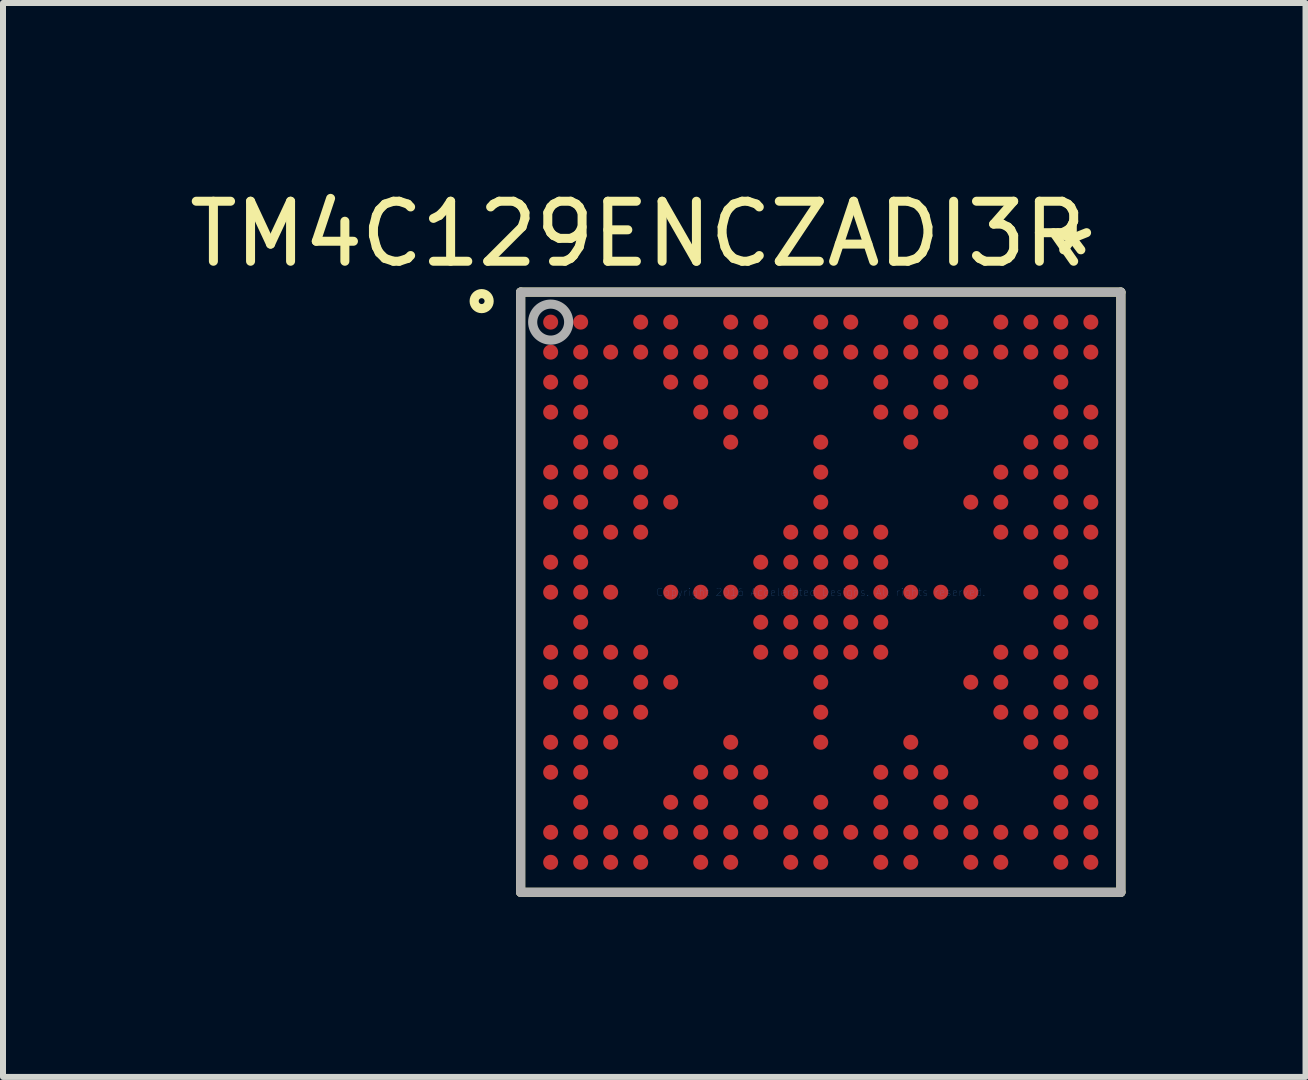
<source format=kicad_pcb>
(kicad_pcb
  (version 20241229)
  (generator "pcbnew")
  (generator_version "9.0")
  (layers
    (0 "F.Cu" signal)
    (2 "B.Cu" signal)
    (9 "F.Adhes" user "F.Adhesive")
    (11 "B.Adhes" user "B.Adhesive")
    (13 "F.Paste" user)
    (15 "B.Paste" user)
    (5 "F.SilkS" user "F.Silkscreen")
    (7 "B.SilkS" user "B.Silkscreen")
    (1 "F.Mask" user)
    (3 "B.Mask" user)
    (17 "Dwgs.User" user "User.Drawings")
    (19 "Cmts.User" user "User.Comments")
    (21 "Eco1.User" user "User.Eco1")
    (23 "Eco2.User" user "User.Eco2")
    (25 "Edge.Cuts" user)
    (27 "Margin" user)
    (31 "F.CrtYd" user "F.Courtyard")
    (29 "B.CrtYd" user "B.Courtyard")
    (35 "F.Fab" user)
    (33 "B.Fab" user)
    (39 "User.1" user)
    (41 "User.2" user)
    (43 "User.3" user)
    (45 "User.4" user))
  (footprint "TM4C129ENCZADI3R"
    (layer "F.Cu")
    (at 10.625 6.817)
    (property "Reference" "TM4C129ENCZADI3R" (at -3.048 -5.969 0) (layer "F.SilkS") (effects (font (size 1 1) (thickness 0.15))))
    (attr through_hole)
    (fp_line (start -5 -5) (end 5 -5) (stroke (width 0.152) (type solid)) (layer "F.SilkS"))
    (fp_line (start -5 5) (end -5 -5) (stroke (width 0.152) (type solid)) (layer "F.SilkS"))
    (fp_line (start -5 5) (end 5 5) (stroke (width 0.152) (type solid)) (layer "F.SilkS"))
    (fp_line (start 5 5) (end 5 -5) (stroke (width 0.152) (type solid)) (layer "F.SilkS"))
    (fp_circle (center -5.65 -4.85) (end -5.525 -4.85) (stroke (width 0.152) (type solid)) (fill no) (layer "F.SilkS"))
    (fp_line (start -5 -5) (end 5 -5) (stroke (width 0.152) (type solid)) (layer "F.Fab"))
    (fp_line (start -5 5) (end -5 -5) (stroke (width 0.152) (type solid)) (layer "F.Fab"))
    (fp_line (start -5 5) (end 5 5) (stroke (width 0.152) (type solid)) (layer "F.Fab"))
    (fp_line (start 5 5) (end 5 -5) (stroke (width 0.152) (type solid)) (layer "F.Fab"))
    (fp_circle (center -4.5 -4.5) (end -4.2 -4.5) (stroke (width 0.152) (type solid)) (fill no) (layer "F.Fab"))
    (fp_text user "*" (at 4.191 -5.588 0) (layer "F.SilkS") (effects (font (size 1 1) (thickness 0.15))))
    (fp_text user "Copyright 2016 Accelerated Designs. All rights reserved." (at 0 0 0) (layer "Cmts.User") (effects (font (size 0.127 0.127) (thickness 0.002))))
    (pad "A1" smd circle (at -4.5 -4.5) (size 0.25 0.25) (layers "F.Cu" "F.Mask" "F.Paste"))
    (pad "A2" smd circle (at -4 -4.5) (size 0.25 0.25) (layers "F.Cu" "F.Mask" "F.Paste"))
    (pad "A4" smd circle (at -3 -4.5) (size 0.25 0.25) (layers "F.Cu" "F.Mask" "F.Paste"))
    (pad "A5" smd circle (at -2.5 -4.5) (size 0.25 0.25) (layers "F.Cu" "F.Mask" "F.Paste"))
    (pad "A7" smd circle (at -1.5 -4.5) (size 0.25 0.25) (layers "F.Cu" "F.Mask" "F.Paste"))
    (pad "A8" smd circle (at -1 -4.5) (size 0.25 0.25) (layers "F.Cu" "F.Mask" "F.Paste"))
    (pad "A10" smd circle (at 0 -4.5) (size 0.25 0.25) (layers "F.Cu" "F.Mask" "F.Paste"))
    (pad "A11" smd circle (at 0.5 -4.5) (size 0.25 0.25) (layers "F.Cu" "F.Mask" "F.Paste"))
    (pad "A13" smd circle (at 1.5 -4.5) (size 0.25 0.25) (layers "F.Cu" "F.Mask" "F.Paste"))
    (pad "A14" smd circle (at 2 -4.5) (size 0.25 0.25) (layers "F.Cu" "F.Mask" "F.Paste"))
    (pad "A16" smd circle (at 3 -4.5) (size 0.25 0.25) (layers "F.Cu" "F.Mask" "F.Paste"))
    (pad "A17" smd circle (at 3.5 -4.5) (size 0.25 0.25) (layers "F.Cu" "F.Mask" "F.Paste"))
    (pad "A18" smd circle (at 4 -4.5) (size 0.25 0.25) (layers "F.Cu" "F.Mask" "F.Paste"))
    (pad "A19" smd circle (at 4.5 -4.5) (size 0.25 0.25) (layers "F.Cu" "F.Mask" "F.Paste"))
    (pad "B1" smd circle (at -4.5 -4) (size 0.25 0.25) (layers "F.Cu" "F.Mask" "F.Paste"))
    (pad "B2" smd circle (at -4 -4) (size 0.25 0.25) (layers "F.Cu" "F.Mask" "F.Paste"))
    (pad "B3" smd circle (at -3.5 -4) (size 0.25 0.25) (layers "F.Cu" "F.Mask" "F.Paste"))
    (pad "B4" smd circle (at -3 -4) (size 0.25 0.25) (layers "F.Cu" "F.Mask" "F.Paste"))
    (pad "B5" smd circle (at -2.5 -4) (size 0.25 0.25) (layers "F.Cu" "F.Mask" "F.Paste"))
    (pad "B6" smd circle (at -2 -4) (size 0.25 0.25) (layers "F.Cu" "F.Mask" "F.Paste"))
    (pad "B7" smd circle (at -1.5 -4) (size 0.25 0.25) (layers "F.Cu" "F.Mask" "F.Paste"))
    (pad "B8" smd circle (at -1 -4) (size 0.25 0.25) (layers "F.Cu" "F.Mask" "F.Paste"))
    (pad "B9" smd circle (at -0.5 -4) (size 0.25 0.25) (layers "F.Cu" "F.Mask" "F.Paste"))
    (pad "B10" smd circle (at 0 -4) (size 0.25 0.25) (layers "F.Cu" "F.Mask" "F.Paste"))
    (pad "B11" smd circle (at 0.5 -4) (size 0.25 0.25) (layers "F.Cu" "F.Mask" "F.Paste"))
    (pad "B12" smd circle (at 1 -4) (size 0.25 0.25) (layers "F.Cu" "F.Mask" "F.Paste"))
    (pad "B13" smd circle (at 1.5 -4) (size 0.25 0.25) (layers "F.Cu" "F.Mask" "F.Paste"))
    (pad "B14" smd circle (at 2 -4) (size 0.25 0.25) (layers "F.Cu" "F.Mask" "F.Paste"))
    (pad "B15" smd circle (at 2.5 -4) (size 0.25 0.25) (layers "F.Cu" "F.Mask" "F.Paste"))
    (pad "B16" smd circle (at 3 -4) (size 0.25 0.25) (layers "F.Cu" "F.Mask" "F.Paste"))
    (pad "B17" smd circle (at 3.5 -4) (size 0.25 0.25) (layers "F.Cu" "F.Mask" "F.Paste"))
    (pad "B18" smd circle (at 4 -4) (size 0.25 0.25) (layers "F.Cu" "F.Mask" "F.Paste"))
    (pad "B19" smd circle (at 4.5 -4) (size 0.25 0.25) (layers "F.Cu" "F.Mask" "F.Paste"))
    (pad "C1" smd circle (at -4.5 -3.5) (size 0.25 0.25) (layers "F.Cu" "F.Mask" "F.Paste"))
    (pad "C2" smd circle (at -4 -3.5) (size 0.25 0.25) (layers "F.Cu" "F.Mask" "F.Paste"))
    (pad "C5" smd circle (at -2.5 -3.5) (size 0.25 0.25) (layers "F.Cu" "F.Mask" "F.Paste"))
    (pad "C6" smd circle (at -2 -3.5) (size 0.25 0.25) (layers "F.Cu" "F.Mask" "F.Paste"))
    (pad "C8" smd circle (at -1 -3.5) (size 0.25 0.25) (layers "F.Cu" "F.Mask" "F.Paste"))
    (pad "C10" smd circle (at 0 -3.5) (size 0.25 0.25) (layers "F.Cu" "F.Mask" "F.Paste"))
    (pad "C12" smd circle (at 1 -3.5) (size 0.25 0.25) (layers "F.Cu" "F.Mask" "F.Paste"))
    (pad "C14" smd circle (at 2 -3.5) (size 0.25 0.25) (layers "F.Cu" "F.Mask" "F.Paste"))
    (pad "C15" smd circle (at 2.5 -3.5) (size 0.25 0.25) (layers "F.Cu" "F.Mask" "F.Paste"))
    (pad "C18" smd circle (at 4 -3.5) (size 0.25 0.25) (layers "F.Cu" "F.Mask" "F.Paste"))
    (pad "D1" smd circle (at -4.5 -3) (size 0.25 0.25) (layers "F.Cu" "F.Mask" "F.Paste"))
    (pad "D2" smd circle (at -4 -3) (size 0.25 0.25) (layers "F.Cu" "F.Mask" "F.Paste"))
    (pad "D6" smd circle (at -2 -3) (size 0.25 0.25) (layers "F.Cu" "F.Mask" "F.Paste"))
    (pad "D7" smd circle (at -1.5 -3) (size 0.25 0.25) (layers "F.Cu" "F.Mask" "F.Paste"))
    (pad "D8" smd circle (at -1 -3) (size 0.25 0.25) (layers "F.Cu" "F.Mask" "F.Paste"))
    (pad "D12" smd circle (at 1 -3) (size 0.25 0.25) (layers "F.Cu" "F.Mask" "F.Paste"))
    (pad "D13" smd circle (at 1.5 -3) (size 0.25 0.25) (layers "F.Cu" "F.Mask" "F.Paste"))
    (pad "D14" smd circle (at 2 -3) (size 0.25 0.25) (layers "F.Cu" "F.Mask" "F.Paste"))
    (pad "D18" smd circle (at 4 -3) (size 0.25 0.25) (layers "F.Cu" "F.Mask" "F.Paste"))
    (pad "D19" smd circle (at 4.5 -3) (size 0.25 0.25) (layers "F.Cu" "F.Mask" "F.Paste"))
    (pad "E2" smd circle (at -4 -2.5) (size 0.25 0.25) (layers "F.Cu" "F.Mask" "F.Paste"))
    (pad "E3" smd circle (at -3.5 -2.5) (size 0.25 0.25) (layers "F.Cu" "F.Mask" "F.Paste"))
    (pad "E7" smd circle (at -1.5 -2.5) (size 0.25 0.25) (layers "F.Cu" "F.Mask" "F.Paste"))
    (pad "E10" smd circle (at 0 -2.5) (size 0.25 0.25) (layers "F.Cu" "F.Mask" "F.Paste"))
    (pad "E13" smd circle (at 1.5 -2.5) (size 0.25 0.25) (layers "F.Cu" "F.Mask" "F.Paste"))
    (pad "E17" smd circle (at 3.5 -2.5) (size 0.25 0.25) (layers "F.Cu" "F.Mask" "F.Paste"))
    (pad "E18" smd circle (at 4 -2.5) (size 0.25 0.25) (layers "F.Cu" "F.Mask" "F.Paste"))
    (pad "E19" smd circle (at 4.5 -2.5) (size 0.25 0.25) (layers "F.Cu" "F.Mask" "F.Paste"))
    (pad "F1" smd circle (at -4.5 -2) (size 0.25 0.25) (layers "F.Cu" "F.Mask" "F.Paste"))
    (pad "F2" smd circle (at -4 -2) (size 0.25 0.25) (layers "F.Cu" "F.Mask" "F.Paste"))
    (pad "F3" smd circle (at -3.5 -2) (size 0.25 0.25) (layers "F.Cu" "F.Mask" "F.Paste"))
    (pad "F4" smd circle (at -3 -2) (size 0.25 0.25) (layers "F.Cu" "F.Mask" "F.Paste"))
    (pad "F10" smd circle (at 0 -2) (size 0.25 0.25) (layers "F.Cu" "F.Mask" "F.Paste"))
    (pad "F16" smd circle (at 3 -2) (size 0.25 0.25) (layers "F.Cu" "F.Mask" "F.Paste"))
    (pad "F17" smd circle (at 3.5 -2) (size 0.25 0.25) (layers "F.Cu" "F.Mask" "F.Paste"))
    (pad "F18" smd circle (at 4 -2) (size 0.25 0.25) (layers "F.Cu" "F.Mask" "F.Paste"))
    (pad "G1" smd circle (at -4.5 -1.5) (size 0.25 0.25) (layers "F.Cu" "F.Mask" "F.Paste"))
    (pad "G2" smd circle (at -4 -1.5) (size 0.25 0.25) (layers "F.Cu" "F.Mask" "F.Paste"))
    (pad "G4" smd circle (at -3 -1.5) (size 0.25 0.25) (layers "F.Cu" "F.Mask" "F.Paste"))
    (pad "G5" smd circle (at -2.5 -1.5) (size 0.25 0.25) (layers "F.Cu" "F.Mask" "F.Paste"))
    (pad "G10" smd circle (at 0 -1.5) (size 0.25 0.25) (layers "F.Cu" "F.Mask" "F.Paste"))
    (pad "G15" smd circle (at 2.5 -1.5) (size 0.25 0.25) (layers "F.Cu" "F.Mask" "F.Paste"))
    (pad "G16" smd circle (at 3 -1.5) (size 0.25 0.25) (layers "F.Cu" "F.Mask" "F.Paste"))
    (pad "G18" smd circle (at 4 -1.5) (size 0.25 0.25) (layers "F.Cu" "F.Mask" "F.Paste"))
    (pad "G19" smd circle (at 4.5 -1.5) (size 0.25 0.25) (layers "F.Cu" "F.Mask" "F.Paste"))
    (pad "H2" smd circle (at -4 -1) (size 0.25 0.25) (layers "F.Cu" "F.Mask" "F.Paste"))
    (pad "H3" smd circle (at -3.5 -1) (size 0.25 0.25) (layers "F.Cu" "F.Mask" "F.Paste"))
    (pad "H4" smd circle (at -3 -1) (size 0.25 0.25) (layers "F.Cu" "F.Mask" "F.Paste"))
    (pad "H9" smd circle (at -0.5 -1) (size 0.25 0.25) (layers "F.Cu" "F.Mask" "F.Paste"))
    (pad "H10" smd circle (at 0 -1) (size 0.25 0.25) (layers "F.Cu" "F.Mask" "F.Paste"))
    (pad "H11" smd circle (at 0.5 -1) (size 0.25 0.25) (layers "F.Cu" "F.Mask" "F.Paste"))
    (pad "H12" smd circle (at 1 -1) (size 0.25 0.25) (layers "F.Cu" "F.Mask" "F.Paste"))
    (pad "H16" smd circle (at 3 -1) (size 0.25 0.25) (layers "F.Cu" "F.Mask" "F.Paste"))
    (pad "H17" smd circle (at 3.5 -1) (size 0.25 0.25) (layers "F.Cu" "F.Mask" "F.Paste"))
    (pad "H18" smd circle (at 4 -1) (size 0.25 0.25) (layers "F.Cu" "F.Mask" "F.Paste"))
    (pad "H19" smd circle (at 4.5 -1) (size 0.25 0.25) (layers "F.Cu" "F.Mask" "F.Paste"))
    (pad "J1" smd circle (at -4.5 -0.5) (size 0.25 0.25) (layers "F.Cu" "F.Mask" "F.Paste"))
    (pad "J2" smd circle (at -4 -0.5) (size 0.25 0.25) (layers "F.Cu" "F.Mask" "F.Paste"))
    (pad "J8" smd circle (at -1 -0.5) (size 0.25 0.25) (layers "F.Cu" "F.Mask" "F.Paste"))
    (pad "J9" smd circle (at -0.5 -0.5) (size 0.25 0.25) (layers "F.Cu" "F.Mask" "F.Paste"))
    (pad "J10" smd circle (at 0 -0.5) (size 0.25 0.25) (layers "F.Cu" "F.Mask" "F.Paste"))
    (pad "J11" smd circle (at 0.5 -0.5) (size 0.25 0.25) (layers "F.Cu" "F.Mask" "F.Paste"))
    (pad "J12" smd circle (at 1 -0.5) (size 0.25 0.25) (layers "F.Cu" "F.Mask" "F.Paste"))
    (pad "J18" smd circle (at 4 -0.5) (size 0.25 0.25) (layers "F.Cu" "F.Mask" "F.Paste"))
    (pad "K1" smd circle (at -4.5 0) (size 0.25 0.25) (layers "F.Cu" "F.Mask" "F.Paste"))
    (pad "K2" smd circle (at -4 0) (size 0.25 0.25) (layers "F.Cu" "F.Mask" "F.Paste"))
    (pad "K3" smd circle (at -3.5 0) (size 0.25 0.25) (layers "F.Cu" "F.Mask" "F.Paste"))
    (pad "K5" smd circle (at -2.5 0) (size 0.25 0.25) (layers "F.Cu" "F.Mask" "F.Paste"))
    (pad "K6" smd circle (at -2 0) (size 0.25 0.25) (layers "F.Cu" "F.Mask" "F.Paste"))
    (pad "K7" smd circle (at -1.5 0) (size 0.25 0.25) (layers "F.Cu" "F.Mask" "F.Paste"))
    (pad "K8" smd circle (at -1 0) (size 0.25 0.25) (layers "F.Cu" "F.Mask" "F.Paste"))
    (pad "K9" smd circle (at -0.5 0) (size 0.25 0.25) (layers "F.Cu" "F.Mask" "F.Paste"))
    (pad "K10" smd circle (at 0 0) (size 0.25 0.25) (layers "F.Cu" "F.Mask" "F.Paste"))
    (pad "K11" smd circle (at 0.5 0) (size 0.25 0.25) (layers "F.Cu" "F.Mask" "F.Paste"))
    (pad "K12" smd circle (at 1 0) (size 0.25 0.25) (layers "F.Cu" "F.Mask" "F.Paste"))
    (pad "K13" smd circle (at 1.5 0) (size 0.25 0.25) (layers "F.Cu" "F.Mask" "F.Paste"))
    (pad "K14" smd circle (at 2 0) (size 0.25 0.25) (layers "F.Cu" "F.Mask" "F.Paste"))
    (pad "K15" smd circle (at 2.5 0) (size 0.25 0.25) (layers "F.Cu" "F.Mask" "F.Paste"))
    (pad "K17" smd circle (at 3.5 0) (size 0.25 0.25) (layers "F.Cu" "F.Mask" "F.Paste"))
    (pad "K18" smd circle (at 4 0) (size 0.25 0.25) (layers "F.Cu" "F.Mask" "F.Paste"))
    (pad "K19" smd circle (at 4.5 0) (size 0.25 0.25) (layers "F.Cu" "F.Mask" "F.Paste"))
    (pad "L2" smd circle (at -4 0.5) (size 0.25 0.25) (layers "F.Cu" "F.Mask" "F.Paste"))
    (pad "L8" smd circle (at -1 0.5) (size 0.25 0.25) (layers "F.Cu" "F.Mask" "F.Paste"))
    (pad "L9" smd circle (at -0.5 0.5) (size 0.25 0.25) (layers "F.Cu" "F.Mask" "F.Paste"))
    (pad "L10" smd circle (at 0 0.5) (size 0.25 0.25) (layers "F.Cu" "F.Mask" "F.Paste"))
    (pad "L11" smd circle (at 0.5 0.5) (size 0.25 0.25) (layers "F.Cu" "F.Mask" "F.Paste"))
    (pad "L12" smd circle (at 1 0.5) (size 0.25 0.25) (layers "F.Cu" "F.Mask" "F.Paste"))
    (pad "L18" smd circle (at 4 0.5) (size 0.25 0.25) (layers "F.Cu" "F.Mask" "F.Paste"))
    (pad "L19" smd circle (at 4.5 0.5) (size 0.25 0.25) (layers "F.Cu" "F.Mask" "F.Paste"))
    (pad "M1" smd circle (at -4.5 1) (size 0.25 0.25) (layers "F.Cu" "F.Mask" "F.Paste"))
    (pad "M2" smd circle (at -4 1) (size 0.25 0.25) (layers "F.Cu" "F.Mask" "F.Paste"))
    (pad "M3" smd circle (at -3.5 1) (size 0.25 0.25) (layers "F.Cu" "F.Mask" "F.Paste"))
    (pad "M4" smd circle (at -3 1) (size 0.25 0.25) (layers "F.Cu" "F.Mask" "F.Paste"))
    (pad "M8" smd circle (at -1 1) (size 0.25 0.25) (layers "F.Cu" "F.Mask" "F.Paste"))
    (pad "M9" smd circle (at -0.5 1) (size 0.25 0.25) (layers "F.Cu" "F.Mask" "F.Paste"))
    (pad "M10" smd circle (at 0 1) (size 0.25 0.25) (layers "F.Cu" "F.Mask" "F.Paste"))
    (pad "M11" smd circle (at 0.5 1) (size 0.25 0.25) (layers "F.Cu" "F.Mask" "F.Paste"))
    (pad "M12" smd circle (at 1 1) (size 0.25 0.25) (layers "F.Cu" "F.Mask" "F.Paste"))
    (pad "M16" smd circle (at 3 1) (size 0.25 0.25) (layers "F.Cu" "F.Mask" "F.Paste"))
    (pad "M17" smd circle (at 3.5 1) (size 0.25 0.25) (layers "F.Cu" "F.Mask" "F.Paste"))
    (pad "M18" smd circle (at 4 1) (size 0.25 0.25) (layers "F.Cu" "F.Mask" "F.Paste"))
    (pad "N1" smd circle (at -4.5 1.5) (size 0.25 0.25) (layers "F.Cu" "F.Mask" "F.Paste"))
    (pad "N2" smd circle (at -4 1.5) (size 0.25 0.25) (layers "F.Cu" "F.Mask" "F.Paste"))
    (pad "N4" smd circle (at -3 1.5) (size 0.25 0.25) (layers "F.Cu" "F.Mask" "F.Paste"))
    (pad "N5" smd circle (at -2.5 1.5) (size 0.25 0.25) (layers "F.Cu" "F.Mask" "F.Paste"))
    (pad "N10" smd circle (at 0 1.5) (size 0.25 0.25) (layers "F.Cu" "F.Mask" "F.Paste"))
    (pad "N15" smd circle (at 2.5 1.5) (size 0.25 0.25) (layers "F.Cu" "F.Mask" "F.Paste"))
    (pad "N16" smd circle (at 3 1.5) (size 0.25 0.25) (layers "F.Cu" "F.Mask" "F.Paste"))
    (pad "N18" smd circle (at 4 1.5) (size 0.25 0.25) (layers "F.Cu" "F.Mask" "F.Paste"))
    (pad "N19" smd circle (at 4.5 1.5) (size 0.25 0.25) (layers "F.Cu" "F.Mask" "F.Paste"))
    (pad "P2" smd circle (at -4 2) (size 0.25 0.25) (layers "F.Cu" "F.Mask" "F.Paste"))
    (pad "P3" smd circle (at -3.5 2) (size 0.25 0.25) (layers "F.Cu" "F.Mask" "F.Paste"))
    (pad "P4" smd circle (at -3 2) (size 0.25 0.25) (layers "F.Cu" "F.Mask" "F.Paste"))
    (pad "P10" smd circle (at 0 2) (size 0.25 0.25) (layers "F.Cu" "F.Mask" "F.Paste"))
    (pad "P16" smd circle (at 3 2) (size 0.25 0.25) (layers "F.Cu" "F.Mask" "F.Paste"))
    (pad "P17" smd circle (at 3.5 2) (size 0.25 0.25) (layers "F.Cu" "F.Mask" "F.Paste"))
    (pad "P18" smd circle (at 4 2) (size 0.25 0.25) (layers "F.Cu" "F.Mask" "F.Paste"))
    (pad "P19" smd circle (at 4.5 2) (size 0.25 0.25) (layers "F.Cu" "F.Mask" "F.Paste"))
    (pad "R1" smd circle (at -4.5 2.5) (size 0.25 0.25) (layers "F.Cu" "F.Mask" "F.Paste"))
    (pad "R2" smd circle (at -4 2.5) (size 0.25 0.25) (layers "F.Cu" "F.Mask" "F.Paste"))
    (pad "R3" smd circle (at -3.5 2.5) (size 0.25 0.25) (layers "F.Cu" "F.Mask" "F.Paste"))
    (pad "R7" smd circle (at -1.5 2.5) (size 0.25 0.25) (layers "F.Cu" "F.Mask" "F.Paste"))
    (pad "R10" smd circle (at 0 2.5) (size 0.25 0.25) (layers "F.Cu" "F.Mask" "F.Paste"))
    (pad "R13" smd circle (at 1.5 2.5) (size 0.25 0.25) (layers "F.Cu" "F.Mask" "F.Paste"))
    (pad "R17" smd circle (at 3.5 2.5) (size 0.25 0.25) (layers "F.Cu" "F.Mask" "F.Paste"))
    (pad "R18" smd circle (at 4 2.5) (size 0.25 0.25) (layers "F.Cu" "F.Mask" "F.Paste"))
    (pad "T1" smd circle (at -4.5 3) (size 0.25 0.25) (layers "F.Cu" "F.Mask" "F.Paste"))
    (pad "T2" smd circle (at -4 3) (size 0.25 0.25) (layers "F.Cu" "F.Mask" "F.Paste"))
    (pad "T6" smd circle (at -2 3) (size 0.25 0.25) (layers "F.Cu" "F.Mask" "F.Paste"))
    (pad "T7" smd circle (at -1.5 3) (size 0.25 0.25) (layers "F.Cu" "F.Mask" "F.Paste"))
    (pad "T8" smd circle (at -1 3) (size 0.25 0.25) (layers "F.Cu" "F.Mask" "F.Paste"))
    (pad "T12" smd circle (at 1 3) (size 0.25 0.25) (layers "F.Cu" "F.Mask" "F.Paste"))
    (pad "T13" smd circle (at 1.5 3) (size 0.25 0.25) (layers "F.Cu" "F.Mask" "F.Paste"))
    (pad "T14" smd circle (at 2 3) (size 0.25 0.25) (layers "F.Cu" "F.Mask" "F.Paste"))
    (pad "T18" smd circle (at 4 3) (size 0.25 0.25) (layers "F.Cu" "F.Mask" "F.Paste"))
    (pad "T19" smd circle (at 4.5 3) (size 0.25 0.25) (layers "F.Cu" "F.Mask" "F.Paste"))
    (pad "U2" smd circle (at -4 3.5) (size 0.25 0.25) (layers "F.Cu" "F.Mask" "F.Paste"))
    (pad "U5" smd circle (at -2.5 3.5) (size 0.25 0.25) (layers "F.Cu" "F.Mask" "F.Paste"))
    (pad "U6" smd circle (at -2 3.5) (size 0.25 0.25) (layers "F.Cu" "F.Mask" "F.Paste"))
    (pad "U8" smd circle (at -1 3.5) (size 0.25 0.25) (layers "F.Cu" "F.Mask" "F.Paste"))
    (pad "U10" smd circle (at 0 3.5) (size 0.25 0.25) (layers "F.Cu" "F.Mask" "F.Paste"))
    (pad "U12" smd circle (at 1 3.5) (size 0.25 0.25) (layers "F.Cu" "F.Mask" "F.Paste"))
    (pad "U14" smd circle (at 2 3.5) (size 0.25 0.25) (layers "F.Cu" "F.Mask" "F.Paste"))
    (pad "U15" smd circle (at 2.5 3.5) (size 0.25 0.25) (layers "F.Cu" "F.Mask" "F.Paste"))
    (pad "U18" smd circle (at 4 3.5) (size 0.25 0.25) (layers "F.Cu" "F.Mask" "F.Paste"))
    (pad "U19" smd circle (at 4.5 3.5) (size 0.25 0.25) (layers "F.Cu" "F.Mask" "F.Paste"))
    (pad "V1" smd circle (at -4.5 4) (size 0.25 0.25) (layers "F.Cu" "F.Mask" "F.Paste"))
    (pad "V2" smd circle (at -4 4) (size 0.25 0.25) (layers "F.Cu" "F.Mask" "F.Paste"))
    (pad "V3" smd circle (at -3.5 4) (size 0.25 0.25) (layers "F.Cu" "F.Mask" "F.Paste"))
    (pad "V4" smd circle (at -3 4) (size 0.25 0.25) (layers "F.Cu" "F.Mask" "F.Paste"))
    (pad "V5" smd circle (at -2.5 4) (size 0.25 0.25) (layers "F.Cu" "F.Mask" "F.Paste"))
    (pad "V6" smd circle (at -2 4) (size 0.25 0.25) (layers "F.Cu" "F.Mask" "F.Paste"))
    (pad "V7" smd circle (at -1.5 4) (size 0.25 0.25) (layers "F.Cu" "F.Mask" "F.Paste"))
    (pad "V8" smd circle (at -1 4) (size 0.25 0.25) (layers "F.Cu" "F.Mask" "F.Paste"))
    (pad "V9" smd circle (at -0.5 4) (size 0.25 0.25) (layers "F.Cu" "F.Mask" "F.Paste"))
    (pad "V10" smd circle (at 0 4) (size 0.25 0.25) (layers "F.Cu" "F.Mask" "F.Paste"))
    (pad "V11" smd circle (at 0.5 4) (size 0.25 0.25) (layers "F.Cu" "F.Mask" "F.Paste"))
    (pad "V12" smd circle (at 1 4) (size 0.25 0.25) (layers "F.Cu" "F.Mask" "F.Paste"))
    (pad "V13" smd circle (at 1.5 4) (size 0.25 0.25) (layers "F.Cu" "F.Mask" "F.Paste"))
    (pad "V14" smd circle (at 2 4) (size 0.25 0.25) (layers "F.Cu" "F.Mask" "F.Paste"))
    (pad "V15" smd circle (at 2.5 4) (size 0.25 0.25) (layers "F.Cu" "F.Mask" "F.Paste"))
    (pad "V16" smd circle (at 3 4) (size 0.25 0.25) (layers "F.Cu" "F.Mask" "F.Paste"))
    (pad "V17" smd circle (at 3.5 4) (size 0.25 0.25) (layers "F.Cu" "F.Mask" "F.Paste"))
    (pad "V18" smd circle (at 4 4) (size 0.25 0.25) (layers "F.Cu" "F.Mask" "F.Paste"))
    (pad "V19" smd circle (at 4.5 4) (size 0.25 0.25) (layers "F.Cu" "F.Mask" "F.Paste"))
    (pad "W1" smd circle (at -4.5 4.5) (size 0.25 0.25) (layers "F.Cu" "F.Mask" "F.Paste"))
    (pad "W2" smd circle (at -4 4.5) (size 0.25 0.25) (layers "F.Cu" "F.Mask" "F.Paste"))
    (pad "W3" smd circle (at -3.5 4.5) (size 0.25 0.25) (layers "F.Cu" "F.Mask" "F.Paste"))
    (pad "W4" smd circle (at -3 4.5) (size 0.25 0.25) (layers "F.Cu" "F.Mask" "F.Paste"))
    (pad "W6" smd circle (at -2 4.5) (size 0.25 0.25) (layers "F.Cu" "F.Mask" "F.Paste"))
    (pad "W7" smd circle (at -1.5 4.5) (size 0.25 0.25) (layers "F.Cu" "F.Mask" "F.Paste"))
    (pad "W9" smd circle (at -0.5 4.5) (size 0.25 0.25) (layers "F.Cu" "F.Mask" "F.Paste"))
    (pad "W10" smd circle (at 0 4.5) (size 0.25 0.25) (layers "F.Cu" "F.Mask" "F.Paste"))
    (pad "W12" smd circle (at 1 4.5) (size 0.25 0.25) (layers "F.Cu" "F.Mask" "F.Paste"))
    (pad "W13" smd circle (at 1.5 4.5) (size 0.25 0.25) (layers "F.Cu" "F.Mask" "F.Paste"))
    (pad "W15" smd circle (at 2.5 4.5) (size 0.25 0.25) (layers "F.Cu" "F.Mask" "F.Paste"))
    (pad "W16" smd circle (at 3 4.5) (size 0.25 0.25) (layers "F.Cu" "F.Mask" "F.Paste"))
    (pad "W18" smd circle (at 4 4.5) (size 0.25 0.25) (layers "F.Cu" "F.Mask" "F.Paste"))
    (pad "W19" smd circle (at 4.5 4.5) (size 0.25 0.25) (layers "F.Cu" "F.Mask" "F.Paste")))
  (gr_rect
    (start -3 -3)
    (end 18.702 14.893)
    (stroke (width 0.1) (type default))
    (fill no)
    (layer "Edge.Cuts")))
</source>
